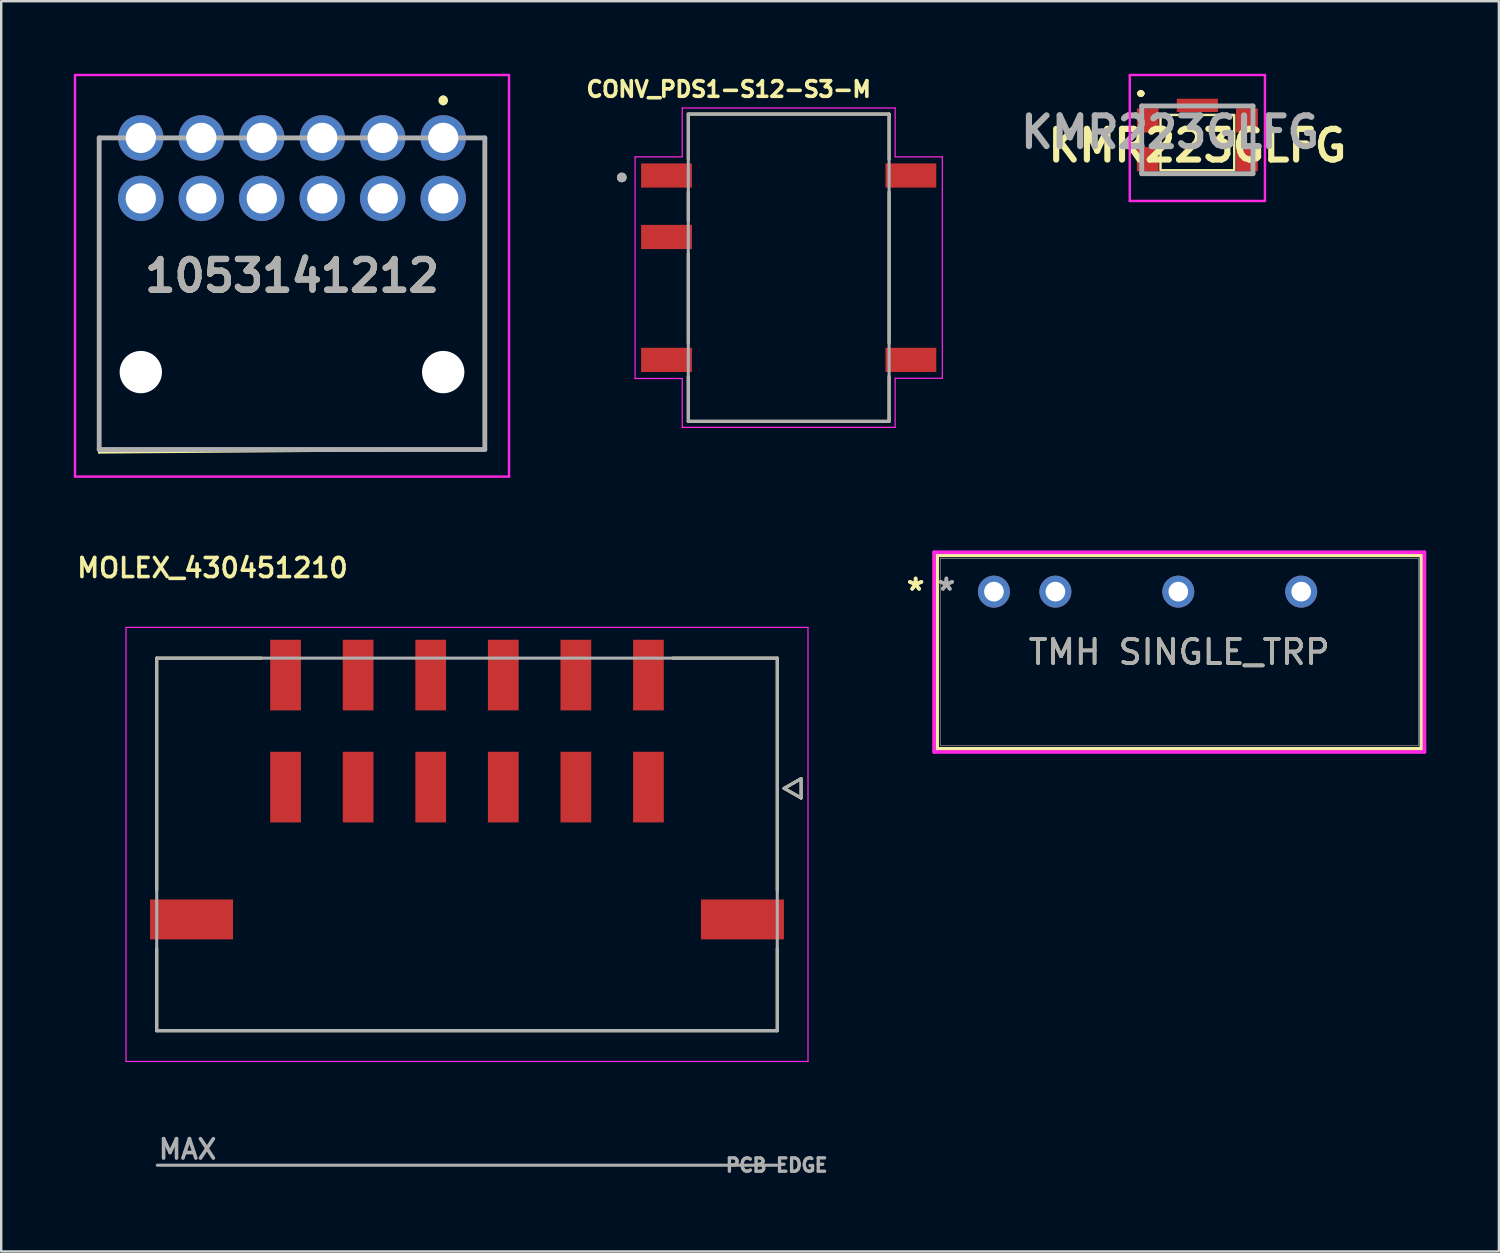
<source format=kicad_pcb>
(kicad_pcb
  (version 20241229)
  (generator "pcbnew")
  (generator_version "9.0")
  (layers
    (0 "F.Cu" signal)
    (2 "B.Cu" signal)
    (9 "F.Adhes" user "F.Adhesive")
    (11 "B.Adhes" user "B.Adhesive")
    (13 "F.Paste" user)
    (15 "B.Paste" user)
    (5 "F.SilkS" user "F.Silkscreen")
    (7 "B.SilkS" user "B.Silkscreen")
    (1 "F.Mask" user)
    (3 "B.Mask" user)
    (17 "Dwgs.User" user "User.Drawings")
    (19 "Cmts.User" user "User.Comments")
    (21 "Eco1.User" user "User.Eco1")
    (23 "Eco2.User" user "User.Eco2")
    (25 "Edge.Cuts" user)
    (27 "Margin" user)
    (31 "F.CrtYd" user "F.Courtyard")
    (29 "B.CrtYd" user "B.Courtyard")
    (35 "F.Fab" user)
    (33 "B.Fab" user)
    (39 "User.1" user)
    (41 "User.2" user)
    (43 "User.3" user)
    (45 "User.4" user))
  (footprint "TMH SINGLE_TRP"
    (layer "F.Cu")
    (at 38.034 21.405)
    (property "Reference" "TMH SINGLE_TRP" (at 7.659 2.498 0) (unlocked yes) (layer "F.SilkS") (effects (font (size 1 1) (thickness 0.15))))
    (attr through_hole)
    (fp_line (start -2.348 -1.502) (end -2.348 6.499) (stroke (width 0.152) (type solid)) (layer "F.SilkS"))
    (fp_line (start -2.348 6.499) (end 17.667 6.499) (stroke (width 0.152) (type solid)) (layer "F.SilkS"))
    (fp_line (start 17.667 -1.502) (end -2.348 -1.502) (stroke (width 0.152) (type solid)) (layer "F.SilkS"))
    (fp_line (start 17.667 6.499) (end 17.667 -1.502) (stroke (width 0.152) (type solid)) (layer "F.SilkS"))
    (fp_line (start -2.475 -1.629) (end 17.794 -1.629) (stroke (width 0.152) (type solid)) (layer "F.CrtYd"))
    (fp_line (start -2.475 6.626) (end -2.475 -1.629) (stroke (width 0.152) (type solid)) (layer "F.CrtYd"))
    (fp_line (start 17.794 -1.629) (end 17.794 6.626) (stroke (width 0.152) (type solid)) (layer "F.CrtYd"))
    (fp_line (start 17.794 6.626) (end -2.475 6.626) (stroke (width 0.152) (type solid)) (layer "F.CrtYd"))
    (fp_line (start -2.221 -1.375) (end -2.221 6.372) (stroke (width 0.025) (type solid)) (layer "F.Fab"))
    (fp_line (start -2.221 6.372) (end 17.54 6.372) (stroke (width 0.025) (type solid)) (layer "F.Fab"))
    (fp_line (start 17.54 -1.375) (end -2.221 -1.375) (stroke (width 0.025) (type solid)) (layer "F.Fab"))
    (fp_line (start 17.54 6.372) (end 17.54 -1.375) (stroke (width 0.025) (type solid)) (layer "F.Fab"))
    (fp_text user "*" (at -3.237 0 0) (layer "F.SilkS") (effects (font (size 1 1) (thickness 0.15))))
    (fp_text user "*" (at -3.237 0 0) (unlocked yes) (layer "F.SilkS") (effects (font (size 1 1) (thickness 0.15))))
    (fp_text user "*" (at -1.967 0 0) (unlocked yes) (layer "F.Fab") (effects (font (size 1 1) (thickness 0.15))))
    (fp_text user "${REFERENCE}" (at 7.659 2.498 0) (unlocked yes) (layer "F.Fab") (effects (font (size 1 1) (thickness 0.15))))
    (fp_text user "*" (at -1.967 0 0) (layer "F.Fab") (effects (font (size 1 1) (thickness 0.15))))
    (pad "1" thru_hole circle (at 0 0) (size 1.321 1.321) (drill 0.813) (layers "*.Cu" "*.Mask"))
    (pad "2" thru_hole circle (at 2.54 0) (size 1.321 1.321) (drill 0.813) (layers "*.Cu" "*.Mask"))
    (pad "4" thru_hole circle (at 7.62 0) (size 1.321 1.321) (drill 0.813) (layers "*.Cu" "*.Mask"))
    (pad "6" thru_hole circle (at 12.7 0) (size 1.321 1.321) (drill 0.813) (layers "*.Cu" "*.Mask")))
  (footprint "KMR223GLFG"
    (layer "F.Cu")
    (at 46.442 2.59)
    (property "Reference" "KMR223GLFG" (at 0 0.381 0) (layer "F.SilkS") (effects (font (size 1.27 1.27) (thickness 0.254))))
    (attr smd)
    (fp_line (start -2.386 -1.778) (end -2.386 -1.778) (stroke (width 0.2) (type solid)) (layer "F.SilkS"))
    (fp_line (start -2.386 -1.778) (end -2.386 -1.778) (stroke (width 0.2) (type solid)) (layer "F.SilkS"))
    (fp_line (start -2.286 -1.778) (end -2.286 -1.778) (stroke (width 0.2) (type solid)) (layer "F.SilkS"))
    (fp_rect (start -1.524 -0.889) (end 1.524 1.397) (stroke (width 0.1) (type default)) (fill no) (layer "F.SilkS"))
    (fp_arc (start -2.386 -1.778) (mid -2.336 -1.828) (end -2.286 -1.778) (stroke (width 0.2) (type solid)) (layer "F.SilkS"))
    (fp_arc (start -2.286 -1.778) (mid -2.336 -1.728) (end -2.386 -1.778) (stroke (width 0.2) (type solid)) (layer "F.SilkS"))
    (fp_arc (start -2.286 -1.778) (mid -2.336 -1.728) (end -2.386 -1.778) (stroke (width 0.2) (type solid)) (layer "F.SilkS"))
    (fp_line (start -2.794 -2.54) (end 2.794 -2.54) (stroke (width 0.1) (type solid)) (layer "F.CrtYd"))
    (fp_line (start -2.794 2.667) (end -2.794 -2.54) (stroke (width 0.1) (type solid)) (layer "F.CrtYd"))
    (fp_line (start 2.794 -2.54) (end 2.794 2.667) (stroke (width 0.1) (type solid)) (layer "F.CrtYd"))
    (fp_line (start 2.794 2.667) (end -2.794 2.667) (stroke (width 0.1) (type solid)) (layer "F.CrtYd"))
    (fp_line (start -2.3 -1.26) (end -2.3 1.54) (stroke (width 0.2) (type solid)) (layer "F.Fab"))
    (fp_line (start -2.3 1.54) (end 2.3 1.54) (stroke (width 0.2) (type solid)) (layer "F.Fab"))
    (fp_line (start 2.3 -1.26) (end -2.3 -1.26) (stroke (width 0.2) (type solid)) (layer "F.Fab"))
    (fp_line (start 2.3 1.54) (end 2.3 -1.26) (stroke (width 0.2) (type solid)) (layer "F.Fab"))
    (fp_text user "${REFERENCE}" (at -1.125 -0.175 0) (layer "F.Fab") (effects (font (size 1.27 1.27) (thickness 0.254))))
    (pad "1" smd rect (at -2.05 -0.66) (size 0.9 1) (layers "F.Cu" "F.Mask" "F.Paste"))
    (pad "2" smd rect (at -2.05 0.94) (size 0.9 1) (layers "F.Cu" "F.Mask" "F.Paste"))
    (pad "3" smd rect (at 2.05 0.94) (size 0.9 1) (layers "F.Cu" "F.Mask" "F.Paste"))
    (pad "4" smd rect (at 2.05 -0.66) (size 0.9 1) (layers "F.Cu" "F.Mask" "F.Paste"))
    (pad "G1" smd rect (at 0 -1.284 90) (size 0.55 1.7) (layers "F.Cu" "F.Mask" "F.Paste")))
  (footprint "CONV_PDS1-S12-S3-M"
    (layer "F.Cu")
    (at 29.55 8.015)
    (property "Reference" "CONV_PDS1-S12-S3-M" (at -2.481 -7.376 0) (layer "F.SilkS") (effects (font (size 0.643 0.643) (thickness 0.15))))
    (attr smd)
    (fp_line (start -4.15 -6.35) (end -4.15 -4.49) (stroke (width 0.127) (type solid)) (layer "F.SilkS"))
    (fp_line (start -4.15 -6.35) (end 4.15 -6.35) (stroke (width 0.127) (type solid)) (layer "F.SilkS"))
    (fp_line (start -4.15 -3.13) (end -4.15 -1.95) (stroke (width 0.127) (type solid)) (layer "F.SilkS"))
    (fp_line (start -4.15 -0.58) (end -4.15 3.12) (stroke (width 0.127) (type solid)) (layer "F.SilkS"))
    (fp_line (start -4.15 6.35) (end -4.15 4.5) (stroke (width 0.127) (type solid)) (layer "F.SilkS"))
    (fp_line (start 4.15 -6.35) (end 4.15 -4.49) (stroke (width 0.127) (type solid)) (layer "F.SilkS"))
    (fp_line (start 4.15 3.12) (end 4.15 -3.13) (stroke (width 0.127) (type solid)) (layer "F.SilkS"))
    (fp_line (start 4.15 6.35) (end -4.15 6.35) (stroke (width 0.127) (type solid)) (layer "F.SilkS"))
    (fp_line (start 4.15 6.35) (end 4.15 4.49) (stroke (width 0.127) (type solid)) (layer "F.SilkS"))
    (fp_circle (center -6.9 -3.73) (end -6.8 -3.73) (stroke (width 0.2) (type solid)) (fill no) (layer "F.SilkS"))
    (fp_line (start -6.35 -4.58) (end -4.4 -4.58) (stroke (width 0.05) (type solid)) (layer "F.CrtYd"))
    (fp_line (start -6.35 4.58) (end -6.35 -4.58) (stroke (width 0.05) (type solid)) (layer "F.CrtYd"))
    (fp_line (start -4.4 -6.6) (end 4.4 -6.6) (stroke (width 0.05) (type solid)) (layer "F.CrtYd"))
    (fp_line (start -4.4 -4.58) (end -4.4 -6.6) (stroke (width 0.05) (type solid)) (layer "F.CrtYd"))
    (fp_line (start -4.4 4.58) (end -6.35 4.58) (stroke (width 0.05) (type solid)) (layer "F.CrtYd"))
    (fp_line (start -4.4 6.6) (end -4.4 4.58) (stroke (width 0.05) (type solid)) (layer "F.CrtYd"))
    (fp_line (start 4.4 -6.6) (end 4.4 -4.58) (stroke (width 0.05) (type solid)) (layer "F.CrtYd"))
    (fp_line (start 4.4 -4.58) (end 6.35 -4.58) (stroke (width 0.05) (type solid)) (layer "F.CrtYd"))
    (fp_line (start 4.4 4.57) (end 4.4 6.6) (stroke (width 0.05) (type solid)) (layer "F.CrtYd"))
    (fp_line (start 4.4 6.6) (end -4.4 6.6) (stroke (width 0.05) (type solid)) (layer "F.CrtYd"))
    (fp_line (start 6.35 -4.58) (end 6.35 4.57) (stroke (width 0.05) (type solid)) (layer "F.CrtYd"))
    (fp_line (start 6.35 4.57) (end 4.4 4.57) (stroke (width 0.05) (type solid)) (layer "F.CrtYd"))
    (fp_line (start -4.15 -6.35) (end 4.15 -6.35) (stroke (width 0.127) (type solid)) (layer "F.Fab"))
    (fp_line (start -4.15 6.35) (end -4.15 -6.35) (stroke (width 0.127) (type solid)) (layer "F.Fab"))
    (fp_line (start 4.15 -6.35) (end 4.15 6.35) (stroke (width 0.127) (type solid)) (layer "F.Fab"))
    (fp_line (start 4.15 6.35) (end -4.15 6.35) (stroke (width 0.127) (type solid)) (layer "F.Fab"))
    (fp_circle (center -6.9 -3.73) (end -6.8 -3.73) (stroke (width 0.2) (type solid)) (fill no) (layer "F.Fab"))
    (pad "1" smd rect (at -5.05 -3.81) (size 2.1 1) (layers "F.Cu" "F.Mask" "F.Paste"))
    (pad "2" smd rect (at -5.05 -1.27) (size 2.1 1) (layers "F.Cu" "F.Mask" "F.Paste"))
    (pad "4" smd rect (at -5.05 3.81) (size 2.1 1) (layers "F.Cu" "F.Mask" "F.Paste"))
    (pad "5" smd rect (at 5.05 3.81) (size 2.1 1) (layers "F.Cu" "F.Mask" "F.Paste"))
    (pad "8" smd rect (at 5.05 -3.81) (size 2.1 1) (layers "F.Cu" "F.Mask" "F.Paste")))
  (footprint "1053141212"
    (layer "F.Cu")
    (at 15.27 2.65)
    (property "Reference" "1053141212" (at -6.25 5.7 0) (layer "F.SilkS") (effects (font (size 1.27 1.27) (thickness 0.254))))
    (attr through_hole)
    (fp_line (start -14.22 0) (end -14.22 13) (stroke (width 0.1) (type solid)) (layer "F.SilkS"))
    (fp_line (start -14.22 13) (end 1.72 12.88) (stroke (width 0.1) (type solid)) (layer "F.SilkS"))
    (fp_line (start 0 -1.6) (end 0 -1.6) (stroke (width 0.3) (type solid)) (layer "F.SilkS"))
    (fp_line (start 0 -1.5) (end 0 -1.5) (stroke (width 0.3) (type solid)) (layer "F.SilkS"))
    (fp_line (start 1.72 12.88) (end 1.72 0) (stroke (width 0.1) (type solid)) (layer "F.SilkS"))
    (fp_arc (start 0 -1.6) (mid 0.05 -1.55) (end 0 -1.5) (stroke (width 0.3) (type solid)) (layer "F.SilkS"))
    (fp_arc (start 0 -1.5) (mid -0.05 -1.55) (end 0 -1.6) (stroke (width 0.3) (type solid)) (layer "F.SilkS"))
    (fp_line (start -15.22 -2.6) (end 2.72 -2.6) (stroke (width 0.1) (type solid)) (layer "F.CrtYd"))
    (fp_line (start -15.22 14) (end -15.22 -2.6) (stroke (width 0.1) (type solid)) (layer "F.CrtYd"))
    (fp_line (start 2.72 -2.6) (end 2.72 14) (stroke (width 0.1) (type solid)) (layer "F.CrtYd"))
    (fp_line (start 2.72 14) (end -15.22 14) (stroke (width 0.1) (type solid)) (layer "F.CrtYd"))
    (fp_line (start -14.22 0) (end 1.72 0) (stroke (width 0.2) (type solid)) (layer "F.Fab"))
    (fp_line (start -14.22 12.88) (end -14.22 0) (stroke (width 0.2) (type solid)) (layer "F.Fab"))
    (fp_line (start 1.72 0) (end 1.72 12.88) (stroke (width 0.2) (type solid)) (layer "F.Fab"))
    (fp_line (start 1.72 12.88) (end -14.22 12.88) (stroke (width 0.2) (type solid)) (layer "F.Fab"))
    (fp_text user "${REFERENCE}" (at -6.25 5.7 0) (layer "F.Fab") (effects (font (size 1.27 1.27) (thickness 0.254))))
    (pad "" np_thru_hole circle (at -12.5 9.68) (size 1.75 1.75) (drill 1.75) (layers "*.Cu" "*.Mask"))
    (pad "" np_thru_hole circle (at 0 9.68) (size 1.75 1.75) (drill 1.75) (layers "*.Cu" "*.Mask"))
    (pad "1" thru_hole circle (at 0 0) (size 1.875 1.875) (drill 1.25) (layers "*.Cu" "*.Mask"))
    (pad "2" thru_hole circle (at -2.5 0) (size 1.875 1.875) (drill 1.25) (layers "*.Cu" "*.Mask"))
    (pad "3" thru_hole circle (at -5 0) (size 1.875 1.875) (drill 1.25) (layers "*.Cu" "*.Mask"))
    (pad "4" thru_hole circle (at -7.5 0) (size 1.875 1.875) (drill 1.25) (layers "*.Cu" "*.Mask"))
    (pad "5" thru_hole circle (at -10 0) (size 1.875 1.875) (drill 1.25) (layers "*.Cu" "*.Mask"))
    (pad "6" thru_hole circle (at -12.5 0) (size 1.875 1.875) (drill 1.25) (layers "*.Cu" "*.Mask"))
    (pad "7" thru_hole circle (at 0 2.5) (size 1.875 1.875) (drill 1.25) (layers "*.Cu" "*.Mask"))
    (pad "8" thru_hole circle (at -2.5 2.5) (size 1.875 1.875) (drill 1.25) (layers "*.Cu" "*.Mask"))
    (pad "9" thru_hole circle (at -5 2.5) (size 1.875 1.875) (drill 1.25) (layers "*.Cu" "*.Mask"))
    (pad "10" thru_hole circle (at -7.5 2.5) (size 1.875 1.875) (drill 1.25) (layers "*.Cu" "*.Mask"))
    (pad "11" thru_hole circle (at -10 2.5) (size 1.875 1.875) (drill 1.25) (layers "*.Cu" "*.Mask"))
    (pad "12" thru_hole circle (at -12.5 2.5) (size 1.875 1.875) (drill 1.25) (layers "*.Cu" "*.Mask")))
  (footprint "MOLEX_430451210"
    (layer "F.Cu")
    (at 16.253 31.854)
    (property "Reference" "MOLEX_430451210" (at -10.52 -11.43 0) (layer "F.SilkS") (effects (font (size 0.787 0.787) (thickness 0.15))))
    (attr smd)
    (fp_poly (pts (xy -13.176 2.199) (xy -9.594 2.199) (xy -9.594 4.001) (xy -13.176 4.001)) (stroke (width 0.01) (type solid)) (fill yes) (layer "F.Mask"))
    (fp_poly (pts (xy -8.211 -8.536) (xy -6.789 -8.536) (xy -6.789 -5.464) (xy -8.211 -5.464)) (stroke (width 0.01) (type solid)) (fill yes) (layer "F.Mask"))
    (fp_poly (pts (xy -8.211 -3.906) (xy -6.789 -3.906) (xy -6.789 -0.834) (xy -8.211 -0.834)) (stroke (width 0.01) (type solid)) (fill yes) (layer "F.Mask"))
    (fp_poly (pts (xy -5.211 -8.536) (xy -3.789 -8.536) (xy -3.789 -5.464) (xy -5.211 -5.464)) (stroke (width 0.01) (type solid)) (fill yes) (layer "F.Mask"))
    (fp_poly (pts (xy -5.211 -3.906) (xy -3.789 -3.906) (xy -3.789 -0.834) (xy -5.211 -0.834)) (stroke (width 0.01) (type solid)) (fill yes) (layer "F.Mask"))
    (fp_poly (pts (xy -2.211 -8.536) (xy -0.789 -8.536) (xy -0.789 -5.464) (xy -2.211 -5.464)) (stroke (width 0.01) (type solid)) (fill yes) (layer "F.Mask"))
    (fp_poly (pts (xy -2.211 -3.906) (xy -0.789 -3.906) (xy -0.789 -0.834) (xy -2.211 -0.834)) (stroke (width 0.01) (type solid)) (fill yes) (layer "F.Mask"))
    (fp_poly (pts (xy 0.789 -8.536) (xy 2.211 -8.536) (xy 2.211 -5.464) (xy 0.789 -5.464)) (stroke (width 0.01) (type solid)) (fill yes) (layer "F.Mask"))
    (fp_poly (pts (xy 0.789 -3.906) (xy 2.211 -3.906) (xy 2.211 -0.834) (xy 0.789 -0.834)) (stroke (width 0.01) (type solid)) (fill yes) (layer "F.Mask"))
    (fp_poly (pts (xy 3.789 -8.536) (xy 5.211 -8.536) (xy 5.211 -5.464) (xy 3.789 -5.464)) (stroke (width 0.01) (type solid)) (fill yes) (layer "F.Mask"))
    (fp_poly (pts (xy 3.789 -3.906) (xy 5.211 -3.906) (xy 5.211 -0.834) (xy 3.789 -0.834)) (stroke (width 0.01) (type solid)) (fill yes) (layer "F.Mask"))
    (fp_poly (pts (xy 6.789 -8.536) (xy 8.211 -8.536) (xy 8.211 -5.464) (xy 6.789 -5.464)) (stroke (width 0.01) (type solid)) (fill yes) (layer "F.Mask"))
    (fp_poly (pts (xy 6.789 -3.906) (xy 8.211 -3.906) (xy 8.211 -0.834) (xy 6.789 -0.834)) (stroke (width 0.01) (type solid)) (fill yes) (layer "F.Mask"))
    (fp_poly (pts (xy 9.594 2.199) (xy 13.176 2.199) (xy 13.176 4.001) (xy 9.594 4.001)) (stroke (width 0.01) (type solid)) (fill yes) (layer "F.Mask"))
    (fp_line (start -12.825 -7.7) (end -12.825 1.9) (stroke (width 0.127) (type solid)) (layer "F.SilkS"))
    (fp_line (start -12.825 4.3) (end -12.825 7.7) (stroke (width 0.127) (type solid)) (layer "F.SilkS"))
    (fp_line (start -12.825 7.7) (end 12.825 7.7) (stroke (width 0.127) (type solid)) (layer "F.SilkS"))
    (fp_line (start -8.5 -7.7) (end -12.825 -7.7) (stroke (width 0.127) (type solid)) (layer "F.SilkS"))
    (fp_line (start 12.825 -7.7) (end 8.5 -7.7) (stroke (width 0.127) (type solid)) (layer "F.SilkS"))
    (fp_line (start 12.825 1.9) (end 12.825 -7.7) (stroke (width 0.127) (type solid)) (layer "F.SilkS"))
    (fp_line (start 12.825 7.7) (end 12.825 4.3) (stroke (width 0.127) (type solid)) (layer "F.SilkS"))
    (fp_line (start 13.11 -2.32) (end 13.81 -1.92) (stroke (width 0.127) (type solid)) (layer "F.SilkS"))
    (fp_line (start 13.81 -2.72) (end 13.11 -2.32) (stroke (width 0.127) (type solid)) (layer "F.SilkS"))
    (fp_line (start 13.81 -1.92) (end 13.81 -2.72) (stroke (width 0.127) (type solid)) (layer "F.SilkS"))
    (fp_line (start -14.095 -8.97) (end -14.095 8.97) (stroke (width 0.05) (type solid)) (layer "F.CrtYd"))
    (fp_line (start -14.095 8.97) (end 14.095 8.97) (stroke (width 0.05) (type solid)) (layer "F.CrtYd"))
    (fp_line (start 14.095 -8.97) (end -14.095 -8.97) (stroke (width 0.05) (type solid)) (layer "F.CrtYd"))
    (fp_line (start 14.095 8.97) (end 14.095 -8.97) (stroke (width 0.05) (type solid)) (layer "F.CrtYd"))
    (fp_line (start -12.825 -7.7) (end 12.825 -7.7) (stroke (width 0.127) (type solid)) (layer "F.Fab"))
    (fp_line (start -12.825 7.7) (end -12.825 -7.7) (stroke (width 0.127) (type solid)) (layer "F.Fab"))
    (fp_line (start -12.8 13.26) (end 12.8 13.26) (stroke (width 0.127) (type solid)) (layer "F.Fab"))
    (fp_line (start 12.825 -7.7) (end 12.825 7.7) (stroke (width 0.127) (type solid)) (layer "F.Fab"))
    (fp_line (start 12.825 7.7) (end -12.825 7.7) (stroke (width 0.127) (type solid)) (layer "F.Fab"))
    (fp_line (start 13.11 -2.32) (end 13.81 -1.92) (stroke (width 0.127) (type solid)) (layer "F.Fab"))
    (fp_line (start 13.81 -2.72) (end 13.11 -2.32) (stroke (width 0.127) (type solid)) (layer "F.Fab"))
    (fp_line (start 13.81 -1.92) (end 13.81 -2.72) (stroke (width 0.127) (type solid)) (layer "F.Fab"))
    (fp_text user "MAX" (at -11.55 12.6 0) (layer "F.Fab") (effects (font (size 0.8 0.8) (thickness 0.15))))
    (fp_text user "PCB EDGE" (at 12.8 13.26 0) (layer "F.Fab") (effects (font (size 0.551 0.551) (thickness 0.15))))
    (pad "1" smd rect (at 7.5 -2.37) (size 1.27 2.92) (layers "F.Cu" "F.Paste"))
    (pad "2" smd rect (at 4.5 -2.37) (size 1.27 2.92) (layers "F.Cu" "F.Paste"))
    (pad "3" smd rect (at 1.5 -2.37) (size 1.27 2.92) (layers "F.Cu" "F.Paste"))
    (pad "4" smd rect (at -1.5 -2.37) (size 1.27 2.92) (layers "F.Cu" "F.Paste"))
    (pad "5" smd rect (at -4.5 -2.37) (size 1.27 2.92) (layers "F.Cu" "F.Paste"))
    (pad "6" smd rect (at -7.5 -2.37) (size 1.27 2.92) (layers "F.Cu" "F.Paste"))
    (pad "7" smd rect (at 7.5 -7) (size 1.27 2.92) (layers "F.Cu" "F.Paste"))
    (pad "8" smd rect (at 4.5 -7) (size 1.27 2.92) (layers "F.Cu" "F.Paste"))
    (pad "9" smd rect (at 1.5 -7) (size 1.27 2.92) (layers "F.Cu" "F.Paste"))
    (pad "10" smd rect (at -1.5 -7) (size 1.27 2.92) (layers "F.Cu" "F.Paste"))
    (pad "11" smd rect (at -4.5 -7) (size 1.27 2.92) (layers "F.Cu" "F.Paste"))
    (pad "12" smd rect (at -7.5 -7) (size 1.27 2.92) (layers "F.Cu" "F.Paste"))
    (pad "S1" smd rect (at 11.385 3.1) (size 3.43 1.65) (layers "F.Cu" "F.Paste"))
    (pad "S2" smd rect (at -11.385 3.1) (size 3.43 1.65) (layers "F.Cu" "F.Paste"))
    (zone (net_name "") (layer "F.Cu") (hatch full 0.508) (connect_pads) (min_thickness 0.01) (filled_areas_thickness no) (keepout (tracks not_allowed) (vias not_allowed) (pads not_allowed) (copperpour not_allowed) (footprints allowed)) (placement (enabled no)) (fill) (polygon (pts (xy 4.678 31.294) (xy 7.128 31.294) (xy 7.128 32.894) (xy 4.678 32.894))))
    (zone (net_name "") (layer "F.Cu") (hatch full 0.508) (connect_pads) (min_thickness 0.01) (filled_areas_thickness no) (keepout (tracks not_allowed) (vias not_allowed) (pads not_allowed) (copperpour not_allowed) (footprints allowed)) (placement (enabled no)) (fill) (polygon (pts (xy 25.378 31.294) (xy 27.828 31.294) (xy 27.828 32.894) (xy 25.378 32.894))))
    (zone (net_name "") (layers "F.Cu" "B.Cu") (hatch full 0.508) (connect_pads) (min_thickness 0.01) (filled_areas_thickness no) (keepout (tracks allowed) (vias not_allowed) (pads allowed) (copperpour allowed) (footprints allowed)) (placement (enabled no)) (fill) (polygon (pts (xy 4.678 31.294) (xy 7.128 31.294) (xy 7.128 32.894) (xy 4.678 32.894))))
    (zone (net_name "") (layers "F.Cu" "B.Cu") (hatch full 0.508) (connect_pads) (min_thickness 0.01) (filled_areas_thickness no) (keepout (tracks allowed) (vias not_allowed) (pads allowed) (copperpour allowed) (footprints allowed)) (placement (enabled no)) (fill) (polygon (pts (xy 25.378 31.294) (xy 27.828 31.294) (xy 27.828 32.894) (xy 25.378 32.894)))))
  (gr_rect
    (start -3 -3)
    (end 58.905 48.678)
    (stroke (width 0.1) (type default))
    (fill no)
    (layer "Edge.Cuts")))
</source>
